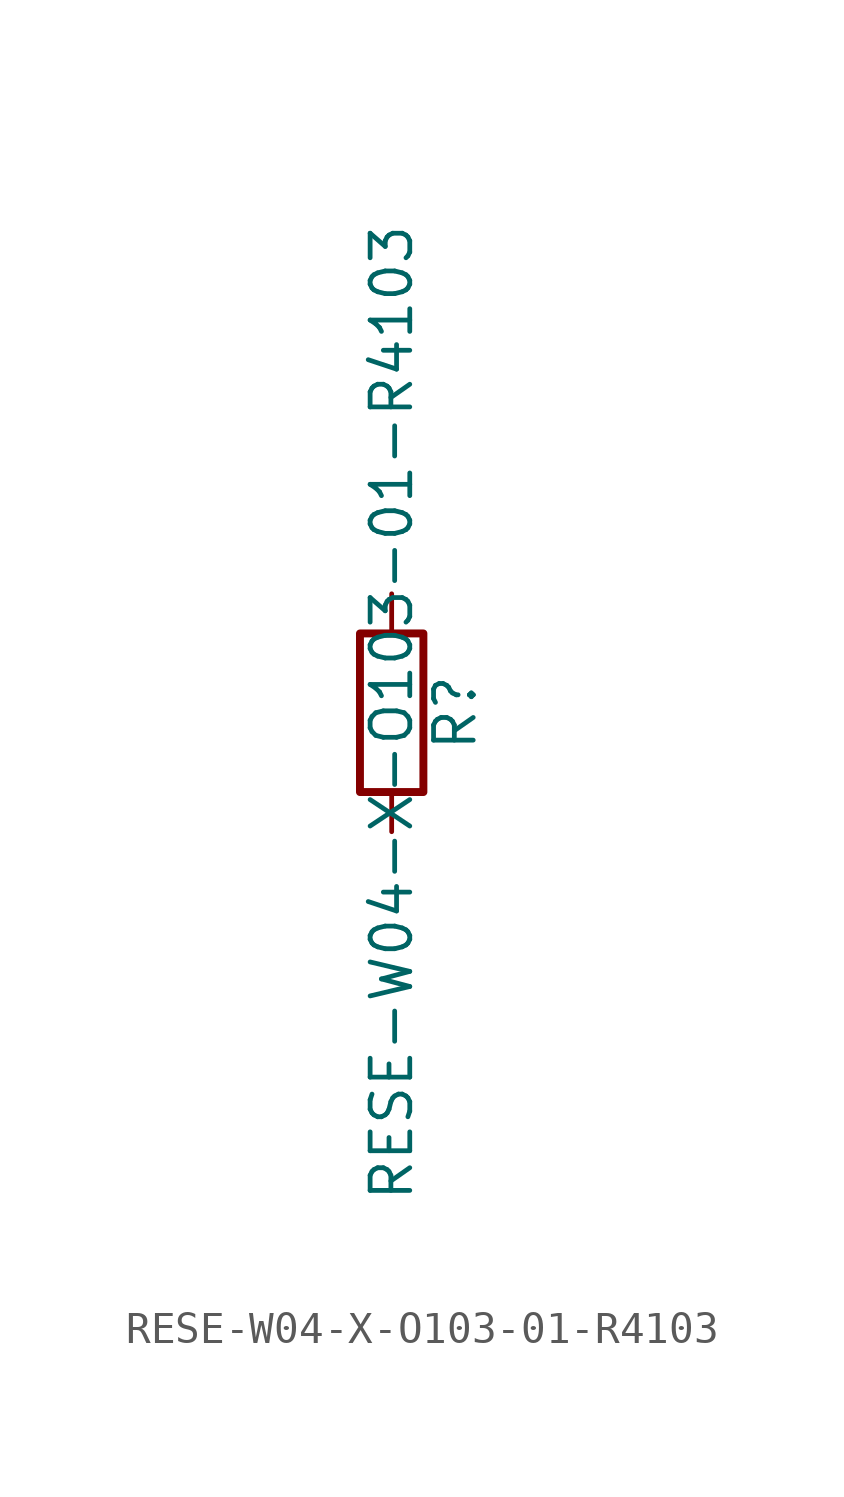
<source format=kicad_sym>
(kicad_symbol_lib
  (version 20211014)
  (generator kicad_symbol_editor)
  (symbol "RESE-W04-X-O103-01-R4103"
    (pin_numbers hide)
    (pin_names
      (offset 0))
    (property "Reference" "R"
      (at 2.032 0 90)
      (effects (font (size 1.27 1.27))))
    (property "Value" "RESE-W04-X-O103-01-R4103"
      (at 0 0 90)
      (effects (font (size 1.27 1.27))))
    (symbol "RESE-W04-X-O103-01-R4103_0_1"
      (rectangle (start -1.016 -2.54) (end 1.016 2.54) (stroke (width 0.254) (type default) (color 0 0 0 0)) (fill (type none))))
    (symbol "RESE-W04-X-O103-01-R4103_1_1"
      (pin passive line (at 0 3.81 270) (length 1.27) (name "~" (effects (font (size 1.27 1.27)))) (number "1" (effects (font (size 1.27 1.27)))))
      (pin passive line (at 0 -3.81 90) (length 1.27) (name "~" (effects (font (size 1.27 1.27)))) (number "2" (effects (font (size 1.27 1.27))))))))
</source>
